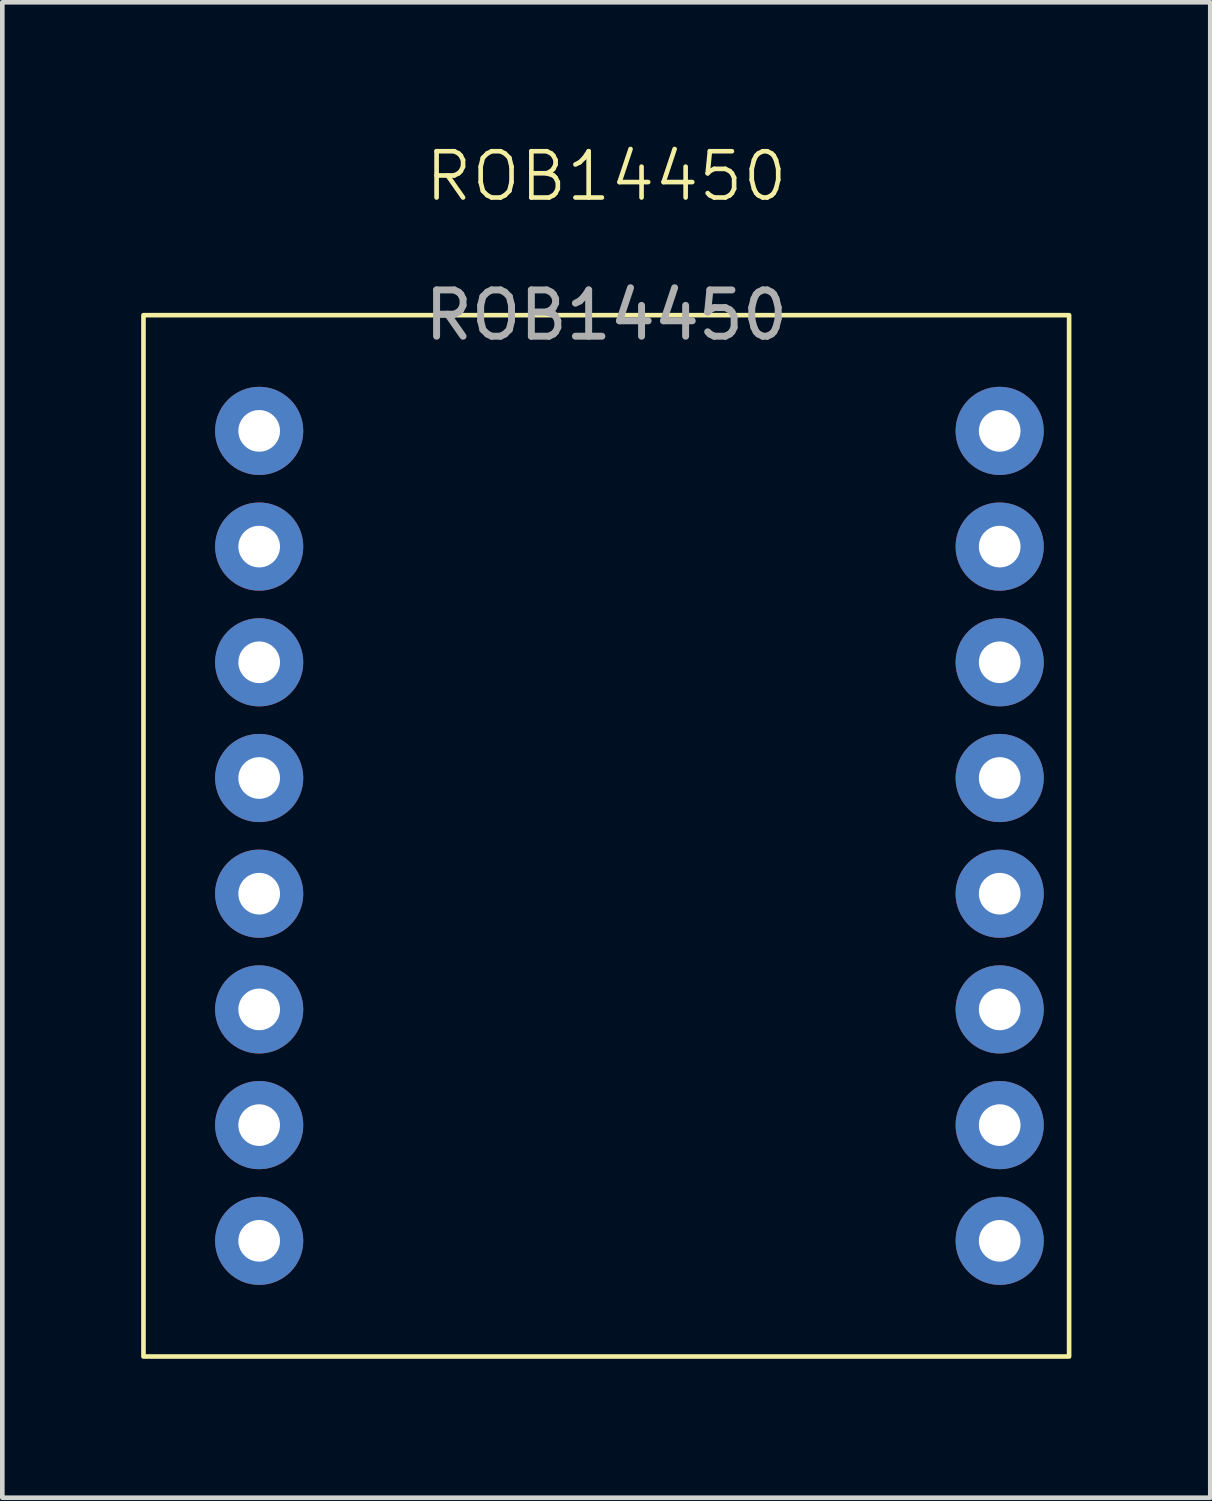
<source format=kicad_pcb>
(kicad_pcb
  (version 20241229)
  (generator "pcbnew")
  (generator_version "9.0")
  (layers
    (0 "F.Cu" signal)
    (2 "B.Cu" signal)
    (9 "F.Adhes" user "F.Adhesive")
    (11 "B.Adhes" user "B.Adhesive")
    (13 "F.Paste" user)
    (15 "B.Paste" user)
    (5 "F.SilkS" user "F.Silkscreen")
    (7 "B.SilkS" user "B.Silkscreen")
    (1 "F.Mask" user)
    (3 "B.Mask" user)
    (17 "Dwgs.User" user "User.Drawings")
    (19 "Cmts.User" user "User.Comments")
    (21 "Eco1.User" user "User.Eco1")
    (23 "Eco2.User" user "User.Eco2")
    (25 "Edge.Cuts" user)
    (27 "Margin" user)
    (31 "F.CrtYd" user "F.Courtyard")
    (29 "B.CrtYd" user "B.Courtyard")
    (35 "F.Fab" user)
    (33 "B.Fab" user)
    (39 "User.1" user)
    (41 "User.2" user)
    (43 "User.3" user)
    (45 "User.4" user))
  (footprint "ROB14450"
    (layer "F.Cu")
    (at 10.05 1.26)
    (property "Reference" "ROB14450" (at 0 -0.5 0) (unlocked yes) (layer "F.SilkS") (effects (font (size 1 1) (thickness 0.1))))
    (attr smd)
    (fp_rect (start -10 2.5) (end 10 25) (stroke (width 0.1) (type default)) (fill no) (layer "F.SilkS"))
    (fp_text user "${REFERENCE}" (at 0 2.5 0) (unlocked yes) (layer "F.Fab") (effects (font (size 1 1) (thickness 0.15))))
    (pad "1" thru_hole circle (at -7.5 5) (size 1.905 1.905) (drill 0.9) (layers "*.Cu" "*.Mask"))
    (pad "1" thru_hole circle (at -7.5 7.5) (size 1.905 1.905) (drill 0.9) (layers "*.Cu" "*.Mask"))
    (pad "1" thru_hole circle (at -7.5 10) (size 1.905 1.905) (drill 0.9) (layers "*.Cu" "*.Mask"))
    (pad "1" thru_hole circle (at -7.5 12.5) (size 1.905 1.905) (drill 0.9) (layers "*.Cu" "*.Mask"))
    (pad "1" thru_hole circle (at -7.5 15) (size 1.905 1.905) (drill 0.9) (layers "*.Cu" "*.Mask"))
    (pad "1" thru_hole circle (at -7.5 17.5) (size 1.905 1.905) (drill 0.9) (layers "*.Cu" "*.Mask"))
    (pad "1" thru_hole circle (at -7.5 20) (size 1.905 1.905) (drill 0.9) (layers "*.Cu" "*.Mask"))
    (pad "1" thru_hole circle (at -7.5 22.5) (size 1.905 1.905) (drill 0.9) (layers "*.Cu" "*.Mask"))
    (pad "1" thru_hole circle (at 8.5 5) (size 1.905 1.905) (drill 0.9) (layers "*.Cu" "*.Mask"))
    (pad "1" thru_hole circle (at 8.5 7.5) (size 1.905 1.905) (drill 0.9) (layers "*.Cu" "*.Mask"))
    (pad "1" thru_hole circle (at 8.5 10) (size 1.905 1.905) (drill 0.9) (layers "*.Cu" "*.Mask"))
    (pad "1" thru_hole circle (at 8.5 12.5) (size 1.905 1.905) (drill 0.9) (layers "*.Cu" "*.Mask"))
    (pad "1" thru_hole circle (at 8.5 15) (size 1.905 1.905) (drill 0.9) (layers "*.Cu" "*.Mask"))
    (pad "1" thru_hole circle (at 8.5 17.5) (size 1.905 1.905) (drill 0.9) (layers "*.Cu" "*.Mask"))
    (pad "1" thru_hole circle (at 8.5 20) (size 1.905 1.905) (drill 0.9) (layers "*.Cu" "*.Mask"))
    (pad "1" thru_hole circle (at 8.5 22.5) (size 1.905 1.905) (drill 0.9) (layers "*.Cu" "*.Mask")))
  (gr_rect
    (start -3 -3)
    (end 23.1 29.311)
    (stroke (width 0.1) (type default))
    (fill no)
    (layer "Edge.Cuts")))
</source>
